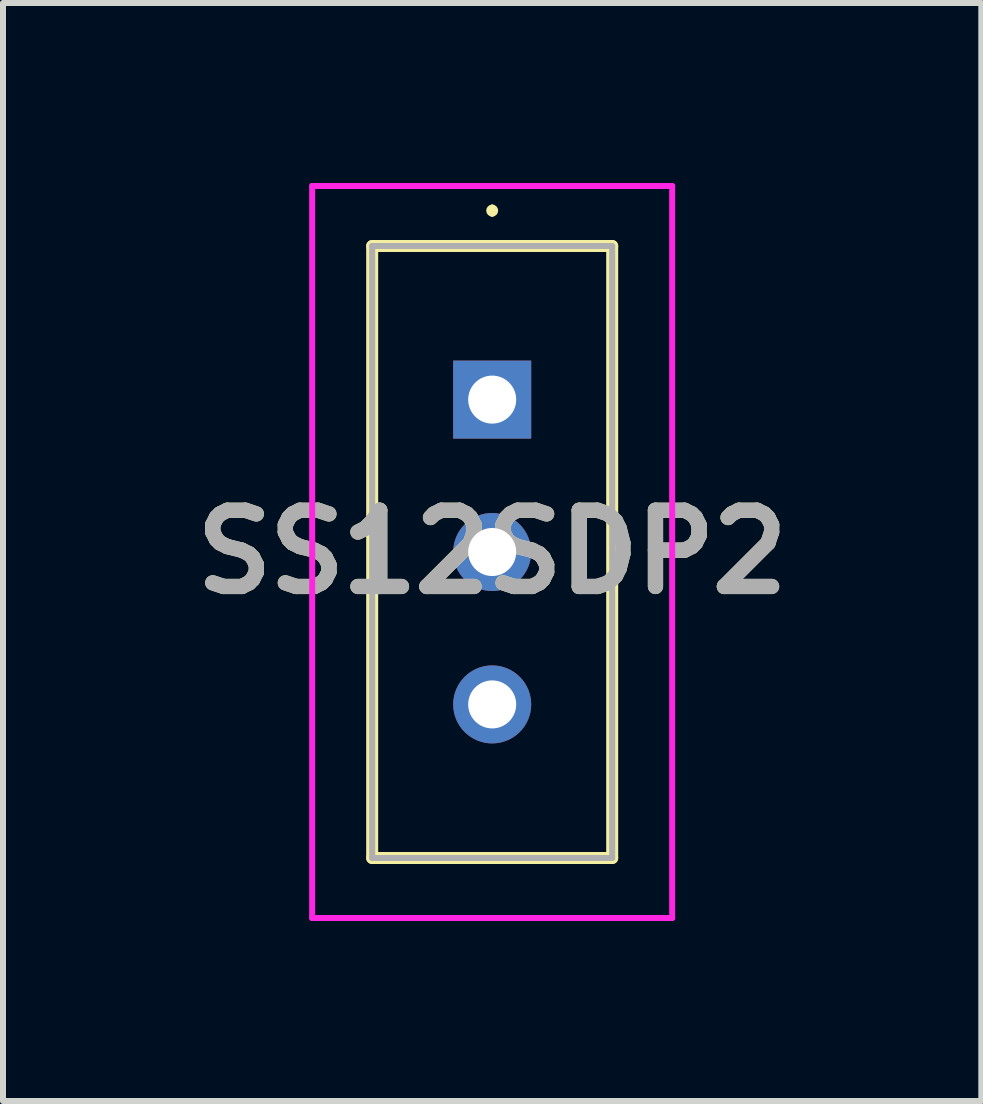
<source format=kicad_pcb>
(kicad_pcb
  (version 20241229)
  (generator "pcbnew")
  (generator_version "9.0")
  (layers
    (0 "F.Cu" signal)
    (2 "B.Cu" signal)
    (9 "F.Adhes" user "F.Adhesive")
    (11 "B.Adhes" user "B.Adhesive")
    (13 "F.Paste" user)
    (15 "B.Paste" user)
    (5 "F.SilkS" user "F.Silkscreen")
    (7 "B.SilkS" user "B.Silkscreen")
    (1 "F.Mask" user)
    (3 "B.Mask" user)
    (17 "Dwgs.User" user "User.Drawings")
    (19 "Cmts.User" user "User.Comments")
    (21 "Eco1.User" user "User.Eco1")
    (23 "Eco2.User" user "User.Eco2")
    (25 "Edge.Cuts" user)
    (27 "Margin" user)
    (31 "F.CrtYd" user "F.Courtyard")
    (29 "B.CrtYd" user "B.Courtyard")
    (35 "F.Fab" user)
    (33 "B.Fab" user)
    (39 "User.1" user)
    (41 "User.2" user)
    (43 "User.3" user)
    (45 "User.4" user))
  (footprint "SS12SDP2"
    (layer "F.Cu")
    (at 5.153 3.61)
    (property "Reference" "SS12SDP2" (at 0 2.54 0) (layer "F.SilkS") (effects (font (size 1.27 1.27) (thickness 0.254))))
    (attr through_hole)
    (fp_line (start -2 -2.56) (end 2 -2.56) (stroke (width 0.2) (type solid)) (layer "F.SilkS"))
    (fp_line (start -2 7.64) (end -2 -2.56) (stroke (width 0.2) (type solid)) (layer "F.SilkS"))
    (fp_line (start 0 -3.2) (end 0 -3.2) (stroke (width 0.1) (type solid)) (layer "F.SilkS"))
    (fp_line (start 0 -3.1) (end 0 -3.1) (stroke (width 0.1) (type solid)) (layer "F.SilkS"))
    (fp_line (start 2 -2.56) (end 2 7.64) (stroke (width 0.2) (type solid)) (layer "F.SilkS"))
    (fp_line (start 2 7.64) (end -2 7.64) (stroke (width 0.2) (type solid)) (layer "F.SilkS"))
    (fp_arc (start 0 -3.2) (mid 0.05 -3.15) (end 0 -3.1) (stroke (width 0.1) (type solid)) (layer "F.SilkS"))
    (fp_arc (start 0 -3.1) (mid -0.05 -3.15) (end 0 -3.2) (stroke (width 0.1) (type solid)) (layer "F.SilkS"))
    (fp_line (start -3 -3.56) (end 3 -3.56) (stroke (width 0.1) (type solid)) (layer "F.CrtYd"))
    (fp_line (start -3 8.64) (end -3 -3.56) (stroke (width 0.1) (type solid)) (layer "F.CrtYd"))
    (fp_line (start 3 -3.56) (end 3 8.64) (stroke (width 0.1) (type solid)) (layer "F.CrtYd"))
    (fp_line (start 3 8.64) (end -3 8.64) (stroke (width 0.1) (type solid)) (layer "F.CrtYd"))
    (fp_line (start -2 -2.56) (end 2 -2.56) (stroke (width 0.1) (type solid)) (layer "F.Fab"))
    (fp_line (start -2 7.64) (end -2 -2.56) (stroke (width 0.1) (type solid)) (layer "F.Fab"))
    (fp_line (start 2 -2.56) (end 2 7.64) (stroke (width 0.1) (type solid)) (layer "F.Fab"))
    (fp_line (start 2 7.64) (end -2 7.64) (stroke (width 0.1) (type solid)) (layer "F.Fab"))
    (fp_text user "${REFERENCE}" (at 0 2.54 0) (layer "F.Fab") (effects (font (size 1.27 1.27) (thickness 0.254))))
    (pad "1" thru_hole rect (at 0 0) (size 1.3 1.3) (drill 0.8) (layers "*.Cu" "*.Mask"))
    (pad "2" thru_hole circle (at 0 2.54) (size 1.3 1.3) (drill 0.8) (layers "*.Cu" "*.Mask"))
    (pad "3" thru_hole circle (at 0 5.08) (size 1.3 1.3) (drill 0.8) (layers "*.Cu" "*.Mask")))
  (gr_rect
    (start -3 -3)
    (end 13.305 15.3)
    (stroke (width 0.1) (type default))
    (fill no)
    (layer "Edge.Cuts")))
</source>
